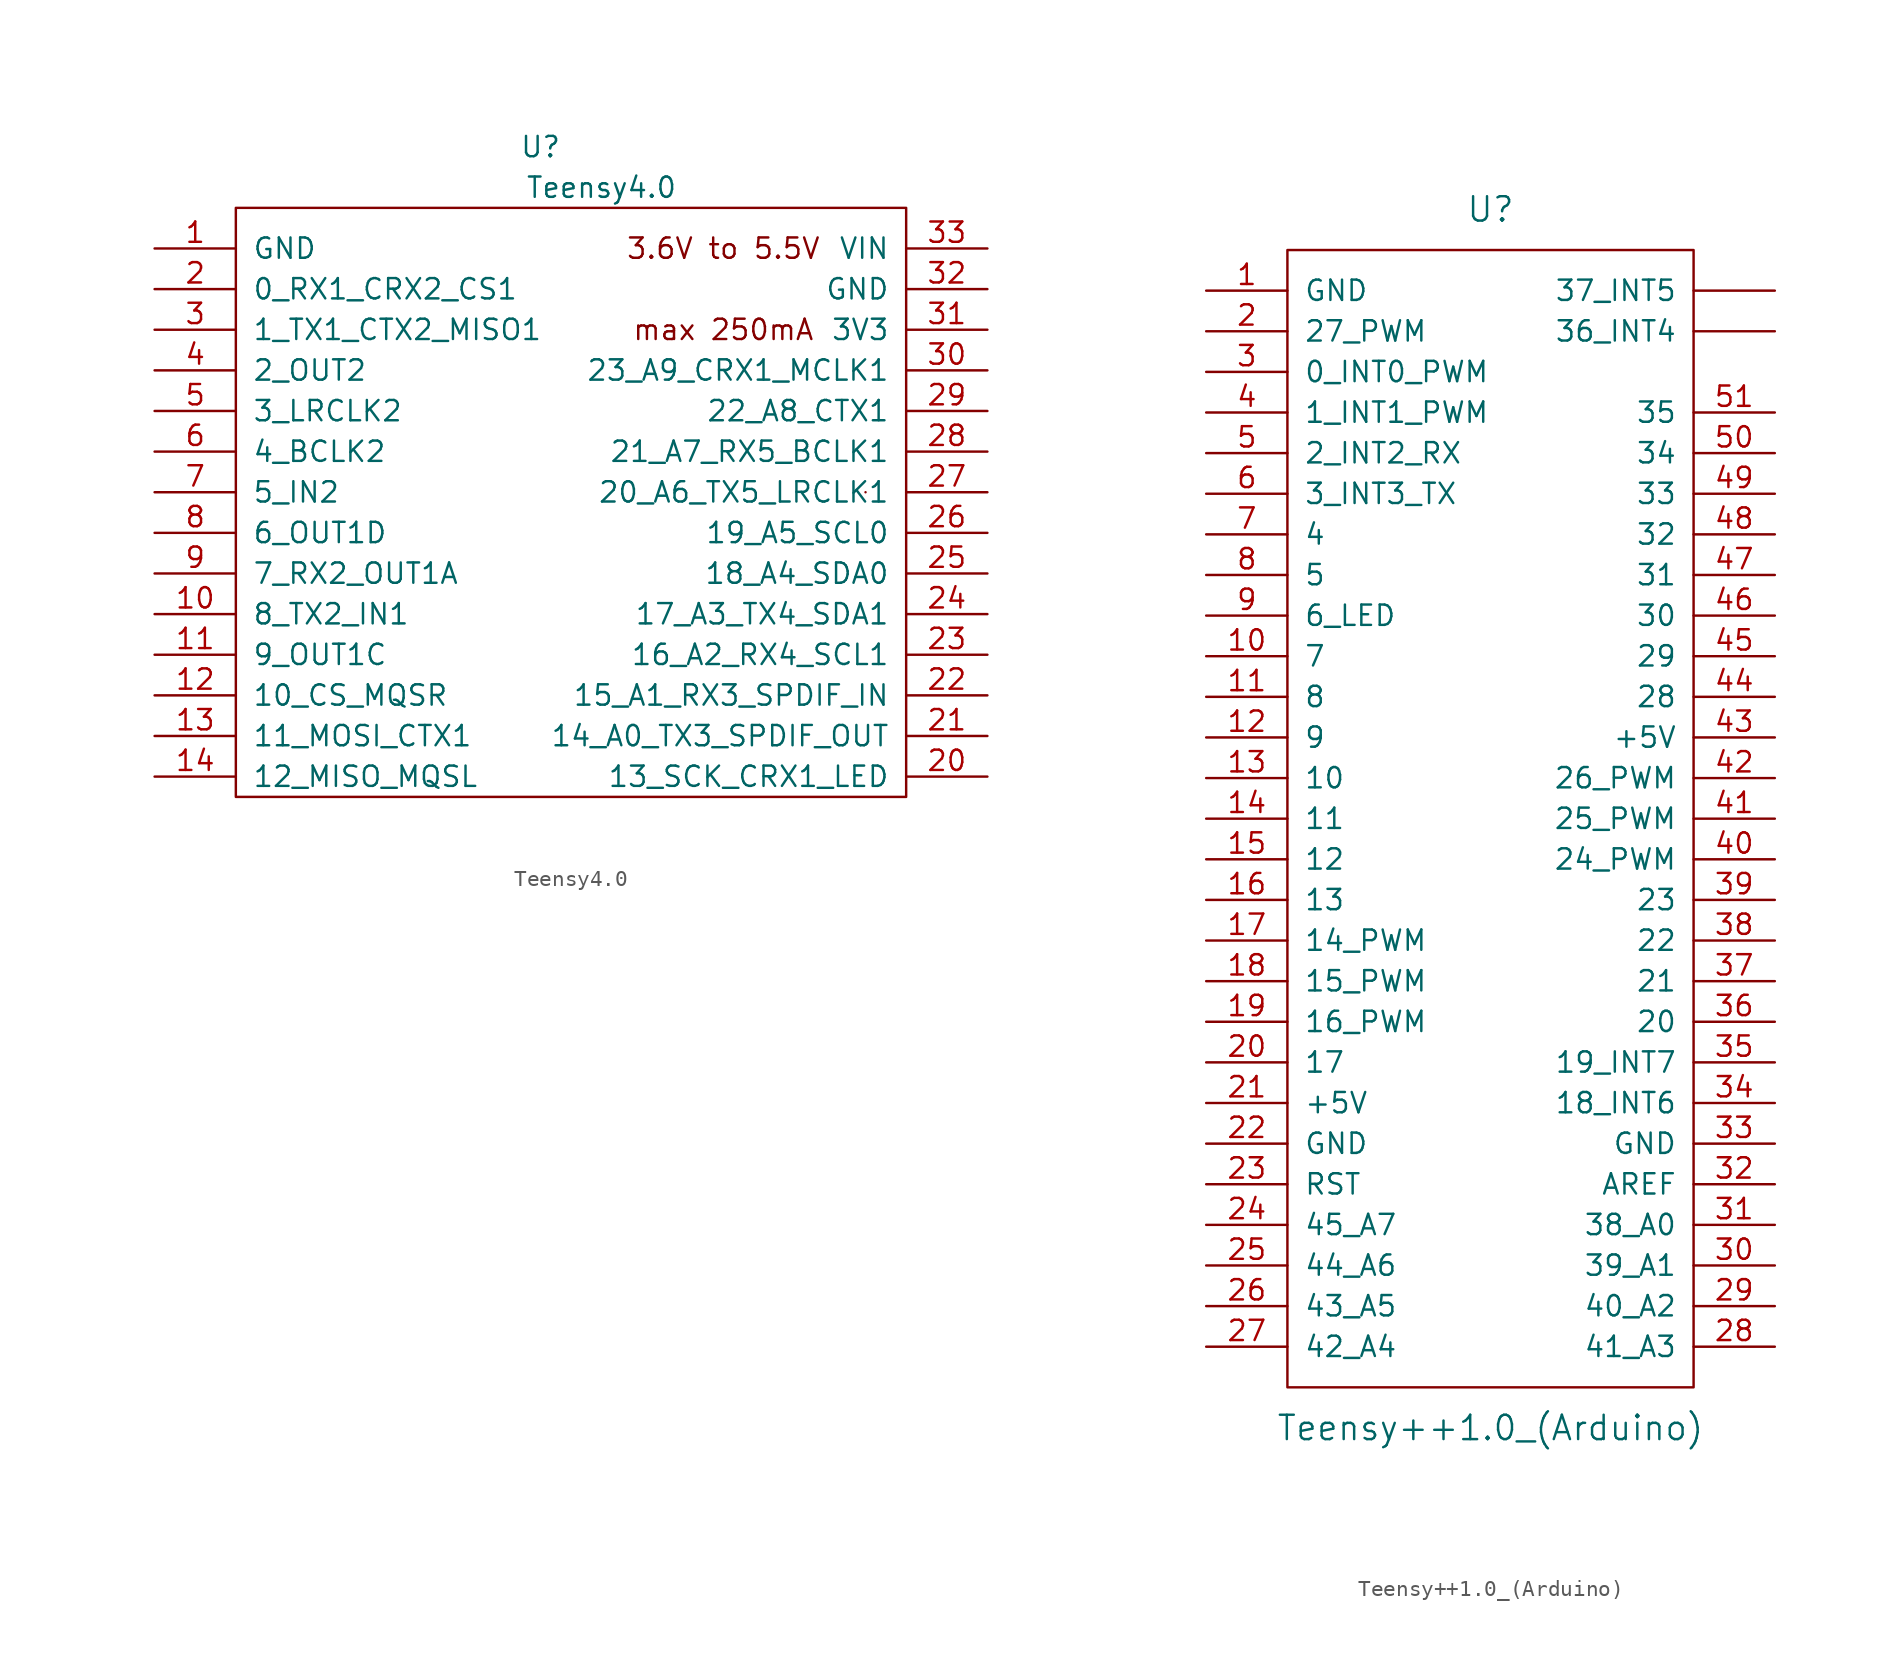
<source format=kicad_sym>
(kicad_symbol_lib
  (version 20220914)
  (generator kicad_symbol_editor)
  (symbol "Teensy4.0"
    (pin_names
      (offset 1.016))
    (property "Reference" "U"
      (at -3.81 40.64 0)
      (effects (font (size 1.27 1.27))))
    (property "Value" "Teensy4.0"
      (at 0 38.1 0)
      (effects (font (size 1.27 1.27))))
    (symbol "Teensy4.0_0_0"
      (text "3.6V to 5.5V" (at 7.62 34.29 0) (effects (font (size 1.27 1.27))))
      (text "max 250mA" (at 7.62 29.21 0) (effects (font (size 1.27 1.27))))
      (pin bidirectional line (at -27.94 11.43 0) (length 5.08) (name "8_TX2_IN1" (effects (font (size 1.27 1.27)))) (number "10" (effects (font (size 1.27 1.27)))))
      (pin bidirectional line (at -27.94 8.89 0) (length 5.08) (name "9_OUT1C" (effects (font (size 1.27 1.27)))) (number "11" (effects (font (size 1.27 1.27)))))
      (pin bidirectional line (at -27.94 6.35 0) (length 5.08) (name "10_CS_MQSR" (effects (font (size 1.27 1.27)))) (number "12" (effects (font (size 1.27 1.27)))))
      (pin bidirectional line (at -27.94 3.81 0) (length 5.08) (name "11_MOSI_CTX1" (effects (font (size 1.27 1.27)))) (number "13" (effects (font (size 1.27 1.27)))))
      (pin bidirectional line (at -27.94 1.27 0) (length 5.08) (name "12_MISO_MQSL" (effects (font (size 1.27 1.27)))) (number "14" (effects (font (size 1.27 1.27)))))
      (pin bidirectional line (at 24.13 1.27 180) (length 5.08) (name "13_SCK_CRX1_LED" (effects (font (size 1.27 1.27)))) (number "20" (effects (font (size 1.27 1.27)))))
      (pin bidirectional line (at 24.13 3.81 180) (length 5.08) (name "14_A0_TX3_SPDIF_OUT" (effects (font (size 1.27 1.27)))) (number "21" (effects (font (size 1.27 1.27)))))
      (pin bidirectional line (at 24.13 6.35 180) (length 5.08) (name "15_A1_RX3_SPDIF_IN" (effects (font (size 1.27 1.27)))) (number "22" (effects (font (size 1.27 1.27)))))
      (pin bidirectional line (at 24.13 8.89 180) (length 5.08) (name "16_A2_RX4_SCL1" (effects (font (size 1.27 1.27)))) (number "23" (effects (font (size 1.27 1.27)))))
      (pin bidirectional line (at 24.13 11.43 180) (length 5.08) (name "17_A3_TX4_SDA1" (effects (font (size 1.27 1.27)))) (number "24" (effects (font (size 1.27 1.27)))))
      (pin bidirectional line (at 24.13 13.97 180) (length 5.08) (name "18_A4_SDA0" (effects (font (size 1.27 1.27)))) (number "25" (effects (font (size 1.27 1.27)))))
      (pin bidirectional line (at 24.13 16.51 180) (length 5.08) (name "19_A5_SCL0" (effects (font (size 1.27 1.27)))) (number "26" (effects (font (size 1.27 1.27)))))
      (pin bidirectional line (at 24.13 19.05 180) (length 5.08) (name "20_A6_TX5_LRCLK1" (effects (font (size 1.27 1.27)))) (number "27" (effects (font (size 1.27 1.27)))))
      (pin bidirectional line (at 24.13 21.59 180) (length 5.08) (name "21_A7_RX5_BCLK1" (effects (font (size 1.27 1.27)))) (number "28" (effects (font (size 1.27 1.27)))))
      (pin bidirectional line (at 24.13 24.13 180) (length 5.08) (name "22_A8_CTX1" (effects (font (size 1.27 1.27)))) (number "29" (effects (font (size 1.27 1.27)))))
      (pin bidirectional line (at 24.13 26.67 180) (length 5.08) (name "23_A9_CRX1_MCLK1" (effects (font (size 1.27 1.27)))) (number "30" (effects (font (size 1.27 1.27)))))
      (pin power_out line (at 24.13 29.21 180) (length 5.08) (name "3V3" (effects (font (size 1.27 1.27)))) (number "31" (effects (font (size 1.27 1.27)))))
      (pin power_in line (at 24.13 31.75 180) (length 5.08) (name "GND" (effects (font (size 1.27 1.27)))) (number "32" (effects (font (size 1.27 1.27)))))
      (pin power_in line (at 24.13 34.29 180) (length 5.08) (name "VIN" (effects (font (size 1.27 1.27)))) (number "33" (effects (font (size 1.27 1.27)))))
      (pin bidirectional line (at -27.94 24.13 0) (length 5.08) (name "3_LRCLK2" (effects (font (size 1.27 1.27)))) (number "5" (effects (font (size 1.27 1.27)))))
      (pin bidirectional line (at -27.94 21.59 0) (length 5.08) (name "4_BCLK2" (effects (font (size 1.27 1.27)))) (number "6" (effects (font (size 1.27 1.27)))))
      (pin bidirectional line (at -27.94 19.05 0) (length 5.08) (name "5_IN2" (effects (font (size 1.27 1.27)))) (number "7" (effects (font (size 1.27 1.27)))))
      (pin bidirectional line (at -27.94 16.51 0) (length 5.08) (name "6_OUT1D" (effects (font (size 1.27 1.27)))) (number "8" (effects (font (size 1.27 1.27)))))
      (pin bidirectional line (at -27.94 13.97 0) (length 5.08) (name "7_RX2_OUT1A" (effects (font (size 1.27 1.27)))) (number "9" (effects (font (size 1.27 1.27))))))
    (symbol "Teensy4.0_0_1"
      (rectangle (start -22.86 36.83) (end 19.05 0) (stroke (width 0) (type solid)) (fill (type none)))
      (rectangle (start 16.51 19.05) (end 16.51 19.05) (stroke (width 0) (type solid)) (fill (type none))))
    (symbol "Teensy4.0_1_1"
      (pin power_in line (at -27.94 34.29 0) (length 5.08) (name "GND" (effects (font (size 1.27 1.27)))) (number "1" (effects (font (size 1.27 1.27)))))
      (pin bidirectional line (at -27.94 31.75 0) (length 5.08) (name "0_RX1_CRX2_CS1" (effects (font (size 1.27 1.27)))) (number "2" (effects (font (size 1.27 1.27)))))
      (pin bidirectional line (at -27.94 29.21 0) (length 5.08) (name "1_TX1_CTX2_MISO1" (effects (font (size 1.27 1.27)))) (number "3" (effects (font (size 1.27 1.27)))))
      (pin bidirectional line (at -27.94 26.67 0) (length 5.08) (name "2_OUT2" (effects (font (size 1.27 1.27)))) (number "4" (effects (font (size 1.27 1.27)))))))
  (symbol "Teensy++1.0_(Arduino)"
    (pin_names
      (offset 1.016))
    (property "Reference" "U"
      (at 0 38.1 0)
      (effects (font (size 1.524 1.524))))
    (property "Value" "Teensy++1.0_(Arduino)"
      (at 0 -38.1 0)
      (effects (font (size 1.524 1.524))))
    (property "Footprint" ""
      (at 2.54 -20.32 0)
      (effects (font (size 1.524 1.524))))
    (property "Datasheet" ""
      (at 2.54 -20.32 0)
      (effects (font (size 1.524 1.524))))
    (symbol "Teensy++1.0_(Arduino)_0_1"
      (rectangle (start -12.7 35.56) (end 12.7 -35.56) (stroke (width 0) (type solid)) (fill (type none))))
    (symbol "Teensy++1.0_(Arduino)_1_1"
      (pin power_in line (at -17.78 33.02 0) (length 5.08) (name "GND" (effects (font (size 1.27 1.27)))) (number "1" (effects (font (size 1.27 1.27)))))
      (pin bidirectional line (at -17.78 10.16 0) (length 5.08) (name "7" (effects (font (size 1.27 1.27)))) (number "10" (effects (font (size 1.27 1.27)))))
      (pin bidirectional line (at -17.78 7.62 0) (length 5.08) (name "8" (effects (font (size 1.27 1.27)))) (number "11" (effects (font (size 1.27 1.27)))))
      (pin bidirectional line (at -17.78 5.08 0) (length 5.08) (name "9" (effects (font (size 1.27 1.27)))) (number "12" (effects (font (size 1.27 1.27)))))
      (pin bidirectional line (at -17.78 2.54 0) (length 5.08) (name "10" (effects (font (size 1.27 1.27)))) (number "13" (effects (font (size 1.27 1.27)))))
      (pin bidirectional line (at -17.78 0 0) (length 5.08) (name "11" (effects (font (size 1.27 1.27)))) (number "14" (effects (font (size 1.27 1.27)))))
      (pin bidirectional line (at -17.78 -2.54 0) (length 5.08) (name "12" (effects (font (size 1.27 1.27)))) (number "15" (effects (font (size 1.27 1.27)))))
      (pin bidirectional line (at -17.78 -5.08 0) (length 5.08) (name "13" (effects (font (size 1.27 1.27)))) (number "16" (effects (font (size 1.27 1.27)))))
      (pin bidirectional line (at -17.78 -7.62 0) (length 5.08) (name "14_PWM" (effects (font (size 1.27 1.27)))) (number "17" (effects (font (size 1.27 1.27)))))
      (pin bidirectional line (at -17.78 -10.16 0) (length 5.08) (name "15_PWM" (effects (font (size 1.27 1.27)))) (number "18" (effects (font (size 1.27 1.27)))))
      (pin bidirectional line (at -17.78 -12.7 0) (length 5.08) (name "16_PWM" (effects (font (size 1.27 1.27)))) (number "19" (effects (font (size 1.27 1.27)))))
      (pin bidirectional line (at -17.78 30.48 0) (length 5.08) (name "27_PWM" (effects (font (size 1.27 1.27)))) (number "2" (effects (font (size 1.27 1.27)))))
      (pin bidirectional line (at -17.78 -15.24 0) (length 5.08) (name "17" (effects (font (size 1.27 1.27)))) (number "20" (effects (font (size 1.27 1.27)))))
      (pin power_in line (at -17.78 -17.78 0) (length 5.08) (name "+5V" (effects (font (size 1.27 1.27)))) (number "21" (effects (font (size 1.27 1.27)))))
      (pin power_in line (at -17.78 -20.32 0) (length 5.08) (name "GND" (effects (font (size 1.27 1.27)))) (number "22" (effects (font (size 1.27 1.27)))))
      (pin input line (at -17.78 -22.86 0) (length 5.08) (name "RST" (effects (font (size 1.27 1.27)))) (number "23" (effects (font (size 1.27 1.27)))))
      (pin bidirectional line (at -17.78 -25.4 0) (length 5.08) (name "45_A7" (effects (font (size 1.27 1.27)))) (number "24" (effects (font (size 1.27 1.27)))))
      (pin bidirectional line (at -17.78 -27.94 0) (length 5.08) (name "44_A6" (effects (font (size 1.27 1.27)))) (number "25" (effects (font (size 1.27 1.27)))))
      (pin bidirectional line (at -17.78 -30.48 0) (length 5.08) (name "43_A5" (effects (font (size 1.27 1.27)))) (number "26" (effects (font (size 1.27 1.27)))))
      (pin bidirectional line (at -17.78 -33.02 0) (length 5.08) (name "42_A4" (effects (font (size 1.27 1.27)))) (number "27" (effects (font (size 1.27 1.27)))))
      (pin bidirectional line (at 17.78 -33.02 180) (length 5.08) (name "41_A3" (effects (font (size 1.27 1.27)))) (number "28" (effects (font (size 1.27 1.27)))))
      (pin bidirectional line (at 17.78 -30.48 180) (length 5.08) (name "40_A2" (effects (font (size 1.27 1.27)))) (number "29" (effects (font (size 1.27 1.27)))))
      (pin bidirectional line (at -17.78 27.94 0) (length 5.08) (name "0_INT0_PWM" (effects (font (size 1.27 1.27)))) (number "3" (effects (font (size 1.27 1.27)))))
      (pin bidirectional line (at 17.78 -27.94 180) (length 5.08) (name "39_A1" (effects (font (size 1.27 1.27)))) (number "30" (effects (font (size 1.27 1.27)))))
      (pin bidirectional line (at 17.78 -25.4 180) (length 5.08) (name "38_A0" (effects (font (size 1.27 1.27)))) (number "31" (effects (font (size 1.27 1.27)))))
      (pin input line (at 17.78 -22.86 180) (length 5.08) (name "AREF" (effects (font (size 1.27 1.27)))) (number "32" (effects (font (size 1.27 1.27)))))
      (pin power_in line (at 17.78 -20.32 180) (length 5.08) (name "GND" (effects (font (size 1.27 1.27)))) (number "33" (effects (font (size 1.27 1.27)))))
      (pin bidirectional line (at 17.78 -17.78 180) (length 5.08) (name "18_INT6" (effects (font (size 1.27 1.27)))) (number "34" (effects (font (size 1.27 1.27)))))
      (pin bidirectional line (at 17.78 -15.24 180) (length 5.08) (name "19_INT7" (effects (font (size 1.27 1.27)))) (number "35" (effects (font (size 1.27 1.27)))))
      (pin bidirectional line (at 17.78 -12.7 180) (length 5.08) (name "20" (effects (font (size 1.27 1.27)))) (number "36" (effects (font (size 1.27 1.27)))))
      (pin bidirectional line (at 17.78 -10.16 180) (length 5.08) (name "21" (effects (font (size 1.27 1.27)))) (number "37" (effects (font (size 1.27 1.27)))))
      (pin bidirectional line (at 17.78 -7.62 180) (length 5.08) (name "22" (effects (font (size 1.27 1.27)))) (number "38" (effects (font (size 1.27 1.27)))))
      (pin bidirectional line (at 17.78 -5.08 180) (length 5.08) (name "23" (effects (font (size 1.27 1.27)))) (number "39" (effects (font (size 1.27 1.27)))))
      (pin bidirectional line (at -17.78 25.4 0) (length 5.08) (name "1_INT1_PWM" (effects (font (size 1.27 1.27)))) (number "4" (effects (font (size 1.27 1.27)))))
      (pin bidirectional line (at 17.78 -2.54 180) (length 5.08) (name "24_PWM" (effects (font (size 1.27 1.27)))) (number "40" (effects (font (size 1.27 1.27)))))
      (pin bidirectional line (at 17.78 0 180) (length 5.08) (name "25_PWM" (effects (font (size 1.27 1.27)))) (number "41" (effects (font (size 1.27 1.27)))))
      (pin bidirectional line (at 17.78 2.54 180) (length 5.08) (name "26_PWM" (effects (font (size 1.27 1.27)))) (number "42" (effects (font (size 1.27 1.27)))))
      (pin power_in line (at 17.78 5.08 180) (length 5.08) (name "+5V" (effects (font (size 1.27 1.27)))) (number "43" (effects (font (size 1.27 1.27)))))
      (pin bidirectional line (at 17.78 7.62 180) (length 5.08) (name "28" (effects (font (size 1.27 1.27)))) (number "44" (effects (font (size 1.27 1.27)))))
      (pin bidirectional line (at 17.78 10.16 180) (length 5.08) (name "29" (effects (font (size 1.27 1.27)))) (number "45" (effects (font (size 1.27 1.27)))))
      (pin bidirectional line (at 17.78 12.7 180) (length 5.08) (name "30" (effects (font (size 1.27 1.27)))) (number "46" (effects (font (size 1.27 1.27)))))
      (pin bidirectional line (at 17.78 15.24 180) (length 5.08) (name "31" (effects (font (size 1.27 1.27)))) (number "47" (effects (font (size 1.27 1.27)))))
      (pin bidirectional line (at 17.78 17.78 180) (length 5.08) (name "32" (effects (font (size 1.27 1.27)))) (number "48" (effects (font (size 1.27 1.27)))))
      (pin bidirectional line (at 17.78 20.32 180) (length 5.08) (name "33" (effects (font (size 1.27 1.27)))) (number "49" (effects (font (size 1.27 1.27)))))
      (pin bidirectional line (at -17.78 22.86 0) (length 5.08) (name "2_INT2_RX" (effects (font (size 1.27 1.27)))) (number "5" (effects (font (size 1.27 1.27)))))
      (pin bidirectional line (at 17.78 22.86 180) (length 5.08) (name "34" (effects (font (size 1.27 1.27)))) (number "50" (effects (font (size 1.27 1.27)))))
      (pin bidirectional line (at 17.78 25.4 180) (length 5.08) (name "35" (effects (font (size 1.27 1.27)))) (number "51" (effects (font (size 1.27 1.27)))))
      (pin bidirectional line (at -17.78 20.32 0) (length 5.08) (name "3_INT3_TX" (effects (font (size 1.27 1.27)))) (number "6" (effects (font (size 1.27 1.27)))))
      (pin bidirectional line (at -17.78 17.78 0) (length 5.08) (name "4" (effects (font (size 1.27 1.27)))) (number "7" (effects (font (size 1.27 1.27)))))
      (pin bidirectional line (at -17.78 15.24 0) (length 5.08) (name "5" (effects (font (size 1.27 1.27)))) (number "8" (effects (font (size 1.27 1.27)))))
      (pin bidirectional line (at -17.78 12.7 0) (length 5.08) (name "6_LED" (effects (font (size 1.27 1.27)))) (number "9" (effects (font (size 1.27 1.27)))))
      (pin bidirectional line (at 17.78 30.48 180) (length 5.08) (name "36_INT4" (effects (font (size 1.27 1.27)))) (number "~" (effects (font (size 1.27 1.27)))))
      (pin bidirectional line (at 17.78 33.02 180) (length 5.08) (name "37_INT5" (effects (font (size 1.27 1.27)))) (number "~" (effects (font (size 1.27 1.27))))))))
</source>
